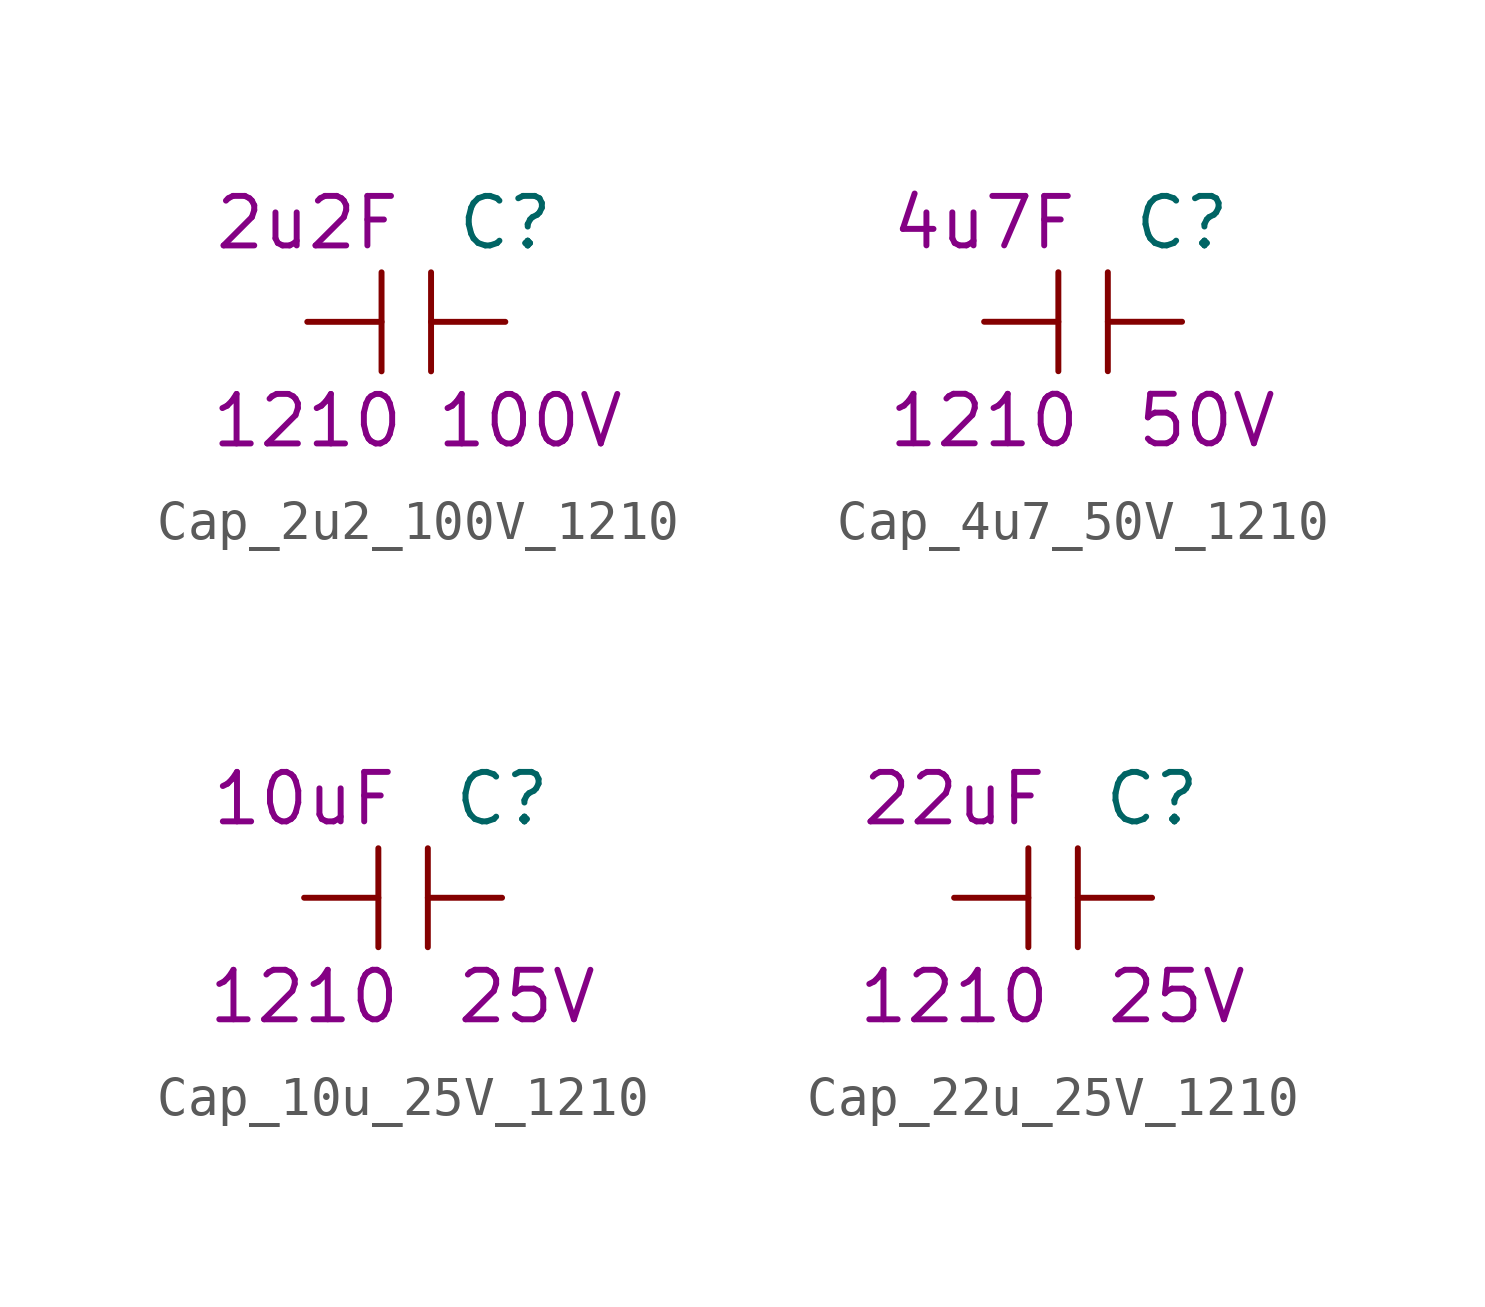
<source format=kicad_sym>
(kicad_symbol_lib
  (version 20211014)
  (generator kicad_symbol_editor)
  (symbol "Cap_2u2_100V_1210"
    (pin_numbers hide)
    (pin_names
      (offset 0) hide)
    (property "Reference" "C"
      (at 5.08 2.54 0)
      (effects (font (size 1.27 1.27))))
    (property "Package" "1210"
      (at 0 -2.54 0)
      (effects (font (size 1.27 1.27))))
    (property "Voltage" "100V"
      (at 5.715 -2.54 0)
      (effects (font (size 1.27 1.27))))
    (property "Property" "2u2F"
      (at 0 2.54 0)
      (effects (font (size 1.27 1.27))))
    (symbol "Cap_2u2_100V_1210_0_1"
      (polyline (pts (xy 1.905 1.27) (xy 1.905 -1.27)) (stroke (width 0) (type default) (color 0 0 0 0)) (fill (type none)))
      (polyline (pts (xy 3.175 1.27) (xy 3.175 -1.27)) (stroke (width 0) (type default) (color 0 0 0 0)) (fill (type none))))
    (symbol "Cap_2u2_100V_1210_1_1"
      (pin passive line (at 0 0 0) (length 1.905) (name "~" (effects (font (size 1.27 1.27)))) (number "1" (effects (font (size 1.27 1.27)))))
      (pin passive line (at 5.08 0 180) (length 1.905) (name "~" (effects (font (size 1.27 1.27)))) (number "2" (effects (font (size 1.27 1.27)))))))
  (symbol "Cap_4u7_50V_1210"
    (pin_numbers hide)
    (pin_names
      (offset 0) hide)
    (property "Reference" "C"
      (at 5.08 2.54 0)
      (effects (font (size 1.27 1.27))))
    (property "Package" "1210"
      (at 0 -2.54 0)
      (effects (font (size 1.27 1.27))))
    (property "Voltage" "50V"
      (at 5.715 -2.54 0)
      (effects (font (size 1.27 1.27))))
    (property "Property" "4u7F"
      (at 0 2.54 0)
      (effects (font (size 1.27 1.27))))
    (symbol "Cap_4u7_50V_1210_0_1"
      (polyline (pts (xy 1.905 1.27) (xy 1.905 -1.27)) (stroke (width 0) (type default) (color 0 0 0 0)) (fill (type none)))
      (polyline (pts (xy 3.175 1.27) (xy 3.175 -1.27)) (stroke (width 0) (type default) (color 0 0 0 0)) (fill (type none))))
    (symbol "Cap_4u7_50V_1210_1_1"
      (pin passive line (at 0 0 0) (length 1.905) (name "~" (effects (font (size 1.27 1.27)))) (number "1" (effects (font (size 1.27 1.27)))))
      (pin passive line (at 5.08 0 180) (length 1.905) (name "~" (effects (font (size 1.27 1.27)))) (number "2" (effects (font (size 1.27 1.27)))))))
  (symbol "Cap_10u_25V_1210"
    (pin_numbers hide)
    (pin_names
      (offset 0) hide)
    (property "Reference" "C"
      (at 5.08 2.54 0)
      (effects (font (size 1.27 1.27))))
    (property "Package" "1210"
      (at 0 -2.54 0)
      (effects (font (size 1.27 1.27))))
    (property "Voltage" "25V"
      (at 5.715 -2.54 0)
      (effects (font (size 1.27 1.27))))
    (property "Property" "10uF"
      (at 0 2.54 0)
      (effects (font (size 1.27 1.27))))
    (symbol "Cap_10u_25V_1210_0_1"
      (polyline (pts (xy 1.905 1.27) (xy 1.905 -1.27)) (stroke (width 0) (type default) (color 0 0 0 0)) (fill (type none)))
      (polyline (pts (xy 3.175 1.27) (xy 3.175 -1.27)) (stroke (width 0) (type default) (color 0 0 0 0)) (fill (type none))))
    (symbol "Cap_10u_25V_1210_1_1"
      (pin passive line (at 0 0 0) (length 1.905) (name "~" (effects (font (size 1.27 1.27)))) (number "1" (effects (font (size 1.27 1.27)))))
      (pin passive line (at 5.08 0 180) (length 1.905) (name "~" (effects (font (size 1.27 1.27)))) (number "2" (effects (font (size 1.27 1.27)))))))
  (symbol "Cap_22u_25V_1210"
    (pin_numbers hide)
    (pin_names
      (offset 0) hide)
    (property "Reference" "C"
      (at 5.08 2.54 0)
      (effects (font (size 1.27 1.27))))
    (property "Package" "1210"
      (at 0 -2.54 0)
      (effects (font (size 1.27 1.27))))
    (property "Voltage" "25V"
      (at 5.715 -2.54 0)
      (effects (font (size 1.27 1.27))))
    (property "Property" "22uF"
      (at 0 2.54 0)
      (effects (font (size 1.27 1.27))))
    (symbol "Cap_22u_25V_1210_0_1"
      (polyline (pts (xy 1.905 1.27) (xy 1.905 -1.27)) (stroke (width 0) (type default) (color 0 0 0 0)) (fill (type none)))
      (polyline (pts (xy 3.175 1.27) (xy 3.175 -1.27)) (stroke (width 0) (type default) (color 0 0 0 0)) (fill (type none))))
    (symbol "Cap_22u_25V_1210_1_1"
      (pin passive line (at 0 0 0) (length 1.905) (name "~" (effects (font (size 1.27 1.27)))) (number "1" (effects (font (size 1.27 1.27)))))
      (pin passive line (at 5.08 0 180) (length 1.905) (name "~" (effects (font (size 1.27 1.27)))) (number "2" (effects (font (size 1.27 1.27))))))))
</source>
